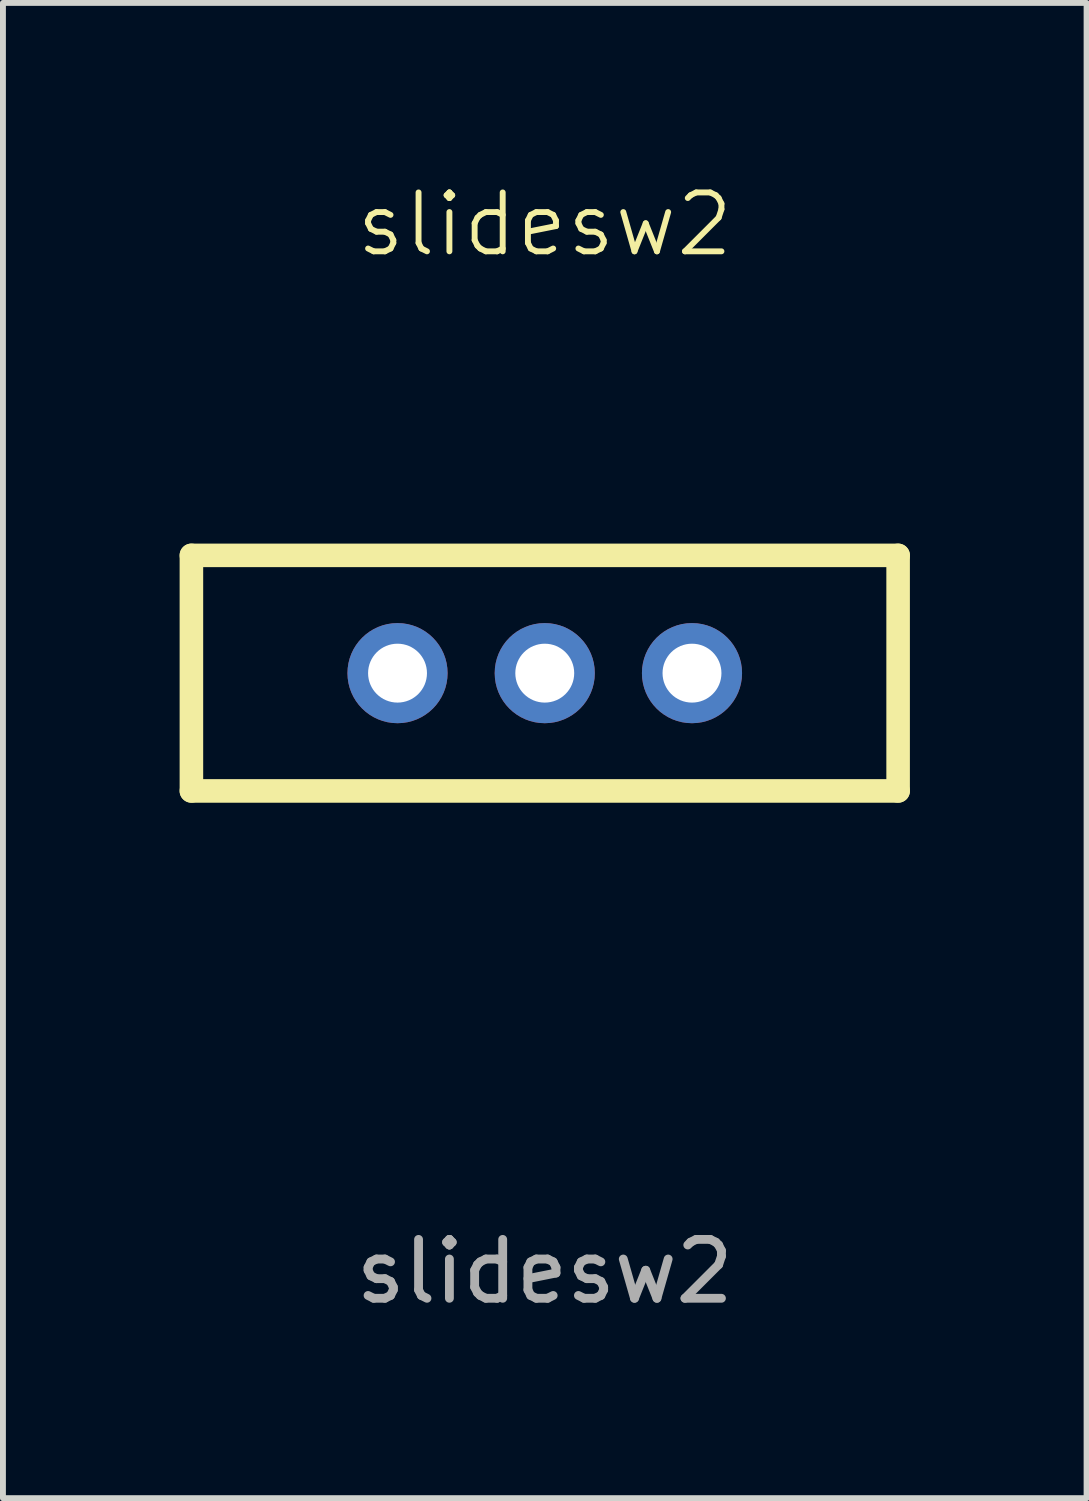
<source format=kicad_pcb>
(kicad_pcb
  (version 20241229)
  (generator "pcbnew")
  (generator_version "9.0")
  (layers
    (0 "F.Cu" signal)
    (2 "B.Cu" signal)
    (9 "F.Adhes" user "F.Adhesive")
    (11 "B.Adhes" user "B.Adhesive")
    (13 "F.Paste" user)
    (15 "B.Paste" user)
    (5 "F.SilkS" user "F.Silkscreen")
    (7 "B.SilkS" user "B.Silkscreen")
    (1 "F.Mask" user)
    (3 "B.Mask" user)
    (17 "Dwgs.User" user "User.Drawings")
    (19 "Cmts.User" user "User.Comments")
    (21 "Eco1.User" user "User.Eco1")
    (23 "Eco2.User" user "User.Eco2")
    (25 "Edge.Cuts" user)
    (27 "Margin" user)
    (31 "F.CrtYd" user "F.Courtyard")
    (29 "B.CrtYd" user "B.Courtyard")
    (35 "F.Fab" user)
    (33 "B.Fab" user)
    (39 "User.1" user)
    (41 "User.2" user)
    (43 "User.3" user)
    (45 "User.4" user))
  (footprint "slidesw2"
    (layer "F.Cu")
    (at 6.2 8.38)
    (property "Reference" "slidesw2" (at 0 -7.62 0) (unlocked yes) (layer "F.SilkS") (effects (font (size 1 1) (thickness 0.1))))
    (attr through_hole)
    (fp_line (start -6 -2) (end 6 -2) (stroke (width 0.4) (type default)) (layer "F.SilkS"))
    (fp_line (start -6 2) (end -6 -2) (stroke (width 0.4) (type default)) (layer "F.SilkS"))
    (fp_line (start 6 -2) (end 6 2) (stroke (width 0.4) (type default)) (layer "F.SilkS"))
    (fp_line (start 6 2) (end -6 2) (stroke (width 0.4) (type default)) (layer "F.SilkS"))
    (fp_text user "${REFERENCE}" (at 0 10.16 0) (unlocked yes) (layer "F.Fab") (effects (font (size 1 1) (thickness 0.15))))
    (pad "1" thru_hole circle (at -2.5 0) (size 1.7 1.7) (drill 1) (layers "*.Cu" "*.Mask"))
    (pad "2" thru_hole circle (at 0 0) (size 1.7 1.7) (drill 1) (layers "*.Cu" "*.Mask"))
    (pad "3" thru_hole circle (at 2.5 0) (size 1.7 1.7) (drill 1) (layers "*.Cu" "*.Mask")))
  (gr_rect
    (start -3 -3)
    (end 15.4 22.389)
    (stroke (width 0.1) (type default))
    (fill no)
    (layer "Edge.Cuts")))
</source>
